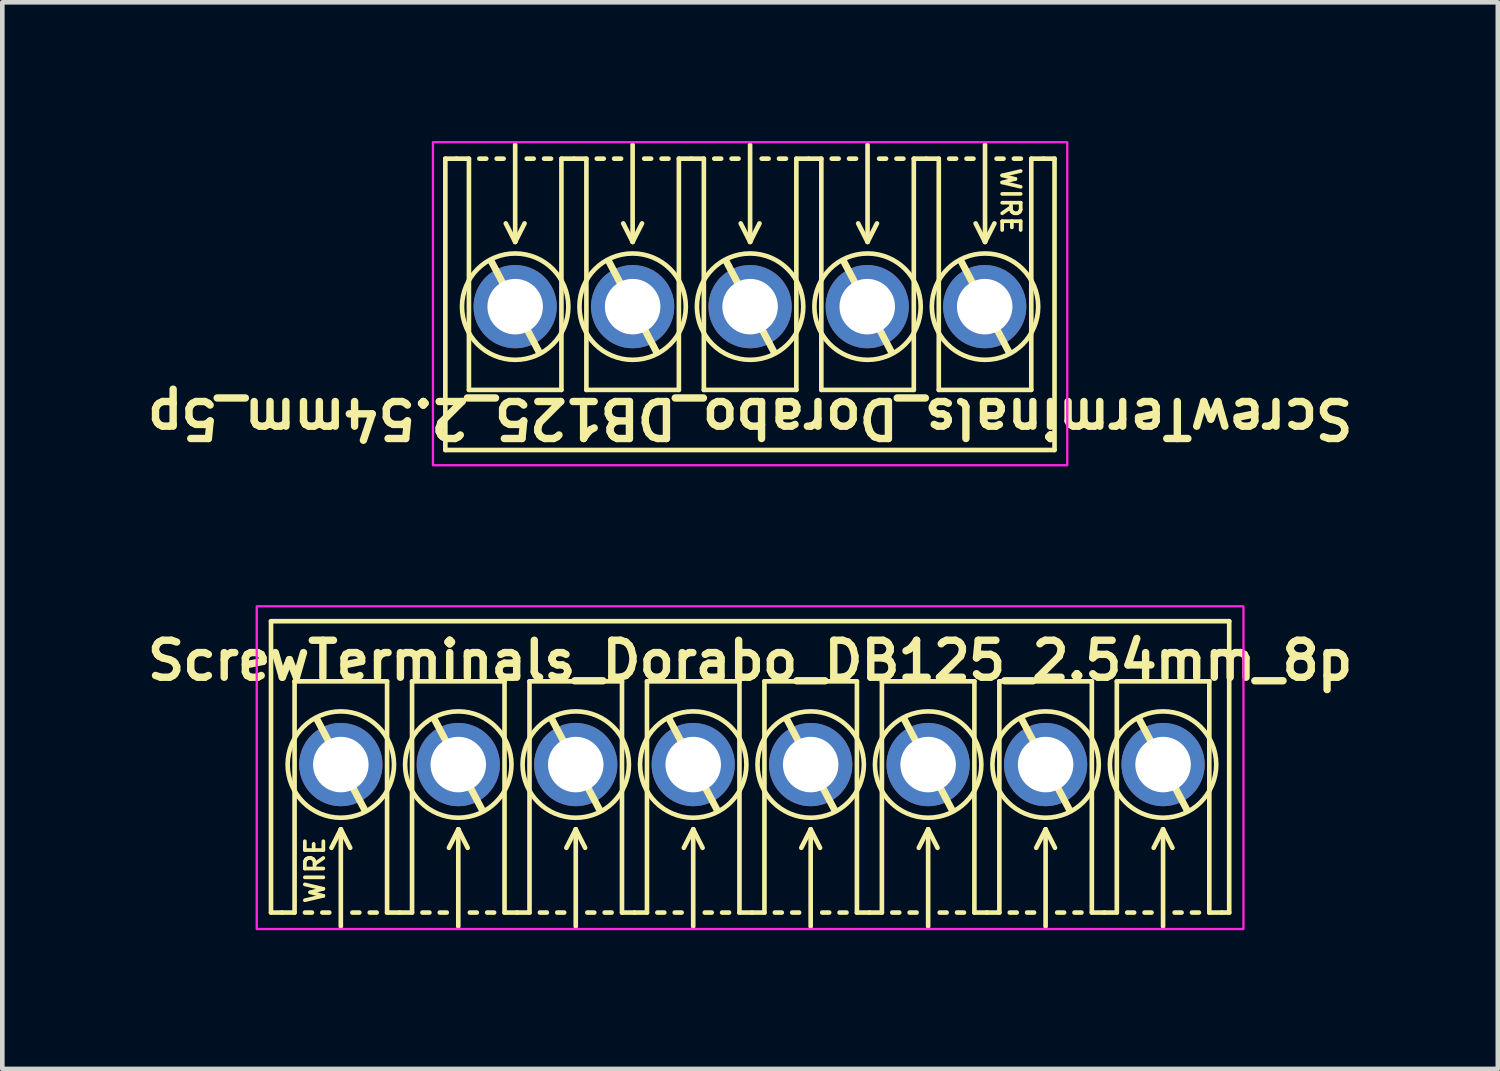
<source format=kicad_pcb>
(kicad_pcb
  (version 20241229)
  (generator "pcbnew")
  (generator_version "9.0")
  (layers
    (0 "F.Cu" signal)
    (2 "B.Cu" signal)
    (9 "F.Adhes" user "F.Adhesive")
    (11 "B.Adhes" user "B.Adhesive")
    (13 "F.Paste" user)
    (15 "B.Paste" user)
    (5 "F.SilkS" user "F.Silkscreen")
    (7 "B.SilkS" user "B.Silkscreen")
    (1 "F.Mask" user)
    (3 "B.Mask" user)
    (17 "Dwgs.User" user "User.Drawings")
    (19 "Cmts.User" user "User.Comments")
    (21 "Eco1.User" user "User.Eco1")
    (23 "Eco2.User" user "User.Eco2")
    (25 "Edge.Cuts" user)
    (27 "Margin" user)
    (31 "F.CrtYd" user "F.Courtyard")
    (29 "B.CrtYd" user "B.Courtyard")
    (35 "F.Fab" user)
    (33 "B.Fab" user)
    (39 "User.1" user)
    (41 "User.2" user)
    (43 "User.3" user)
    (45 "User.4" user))
  (footprint "ScrewTerminals_Dorabo_DB125_2.54mm_5p"
    (layer "F.Cu")
    (at 13.17 3.581)
    (property "Reference" "ScrewTerminals_Dorabo_DB125_2.54mm_5p" (at 0 2.413 180) (unlocked yes) (layer "F.SilkS") (effects (font (size 0.8 0.8) (thickness 0.16) (bold yes))))
    (attr through_hole)
    (fp_line (start -6.59 -3.2) (end -6.59 3.1) (stroke (width 0.1) (type default)) (layer "F.SilkS"))
    (fp_line (start -6.59 -3.2) (end -6.35 -3.2) (stroke (width 0.1) (type default)) (layer "F.SilkS"))
    (fp_line (start -6.08 -3.2) (end -6.35 -3.2) (stroke (width 0.1) (type default)) (layer "F.SilkS"))
    (fp_line (start -6.08 1.8) (end -6.08 -3.2) (stroke (width 0.1) (type solid)) (layer "F.SilkS"))
    (fp_line (start -5.705 -3.2) (end -5.855 -3.2) (stroke (width 0.1) (type default)) (layer "F.SilkS"))
    (fp_line (start -5.33 -3.2) (end -5.48 -3.2) (stroke (width 0.1) (type default)) (layer "F.SilkS"))
    (fp_line (start -5.08 -3.5) (end -5.08 -1.4) (stroke (width 0.1) (type default)) (layer "F.SilkS"))
    (fp_line (start -5.08 -1.4) (end -5.283 -1.8) (stroke (width 0.1) (type default)) (layer "F.SilkS"))
    (fp_line (start -5.08 -1.4) (end -4.877 -1.8) (stroke (width 0.1) (type default)) (layer "F.SilkS"))
    (fp_line (start -4.68 -3.2) (end -4.83 -3.2) (stroke (width 0.1) (type default)) (layer "F.SilkS"))
    (fp_line (start -4.572 0.965) (end -5.588 -0.965) (stroke (width 0.15) (type default)) (layer "F.SilkS"))
    (fp_line (start -4.305 -3.2) (end -4.455 -3.2) (stroke (width 0.1) (type default)) (layer "F.SilkS"))
    (fp_line (start -4.08 -3.2) (end -4.08 1.8) (stroke (width 0.1) (type solid)) (layer "F.SilkS"))
    (fp_line (start -4.08 1.8) (end -6.08 1.8) (stroke (width 0.1) (type solid)) (layer "F.SilkS"))
    (fp_line (start -3.81 -3.2) (end -4.08 -3.2) (stroke (width 0.1) (type default)) (layer "F.SilkS"))
    (fp_line (start -3.54 -3.2) (end -3.81 -3.2) (stroke (width 0.1) (type default)) (layer "F.SilkS"))
    (fp_line (start -3.54 1.8) (end -3.54 -3.2) (stroke (width 0.1) (type solid)) (layer "F.SilkS"))
    (fp_line (start -3.165 -3.2) (end -3.315 -3.2) (stroke (width 0.1) (type default)) (layer "F.SilkS"))
    (fp_line (start -2.79 -3.2) (end -2.94 -3.2) (stroke (width 0.1) (type default)) (layer "F.SilkS"))
    (fp_line (start -2.54 -3.5) (end -2.54 -1.4) (stroke (width 0.1) (type default)) (layer "F.SilkS"))
    (fp_line (start -2.54 -1.4) (end -2.743 -1.8) (stroke (width 0.1) (type default)) (layer "F.SilkS"))
    (fp_line (start -2.54 -1.4) (end -2.337 -1.8) (stroke (width 0.1) (type default)) (layer "F.SilkS"))
    (fp_line (start -2.14 -3.2) (end -2.29 -3.2) (stroke (width 0.1) (type default)) (layer "F.SilkS"))
    (fp_line (start -2.032 0.965) (end -3.048 -0.965) (stroke (width 0.15) (type default)) (layer "F.SilkS"))
    (fp_line (start -1.765 -3.2) (end -1.915 -3.2) (stroke (width 0.1) (type default)) (layer "F.SilkS"))
    (fp_line (start -1.54 -3.2) (end -1.54 1.8) (stroke (width 0.1) (type solid)) (layer "F.SilkS"))
    (fp_line (start -1.54 1.8) (end -3.54 1.8) (stroke (width 0.1) (type solid)) (layer "F.SilkS"))
    (fp_line (start -1.27 -3.2) (end -1.54 -3.2) (stroke (width 0.1) (type default)) (layer "F.SilkS"))
    (fp_line (start -1 -3.2) (end -1.27 -3.2) (stroke (width 0.1) (type default)) (layer "F.SilkS"))
    (fp_line (start -1 1.8) (end -1 -3.2) (stroke (width 0.1) (type solid)) (layer "F.SilkS"))
    (fp_line (start -0.625 -3.2) (end -0.775 -3.2) (stroke (width 0.1) (type default)) (layer "F.SilkS"))
    (fp_line (start -0.25 -3.2) (end -0.4 -3.2) (stroke (width 0.1) (type default)) (layer "F.SilkS"))
    (fp_line (start 0 -3.5) (end 0 -1.4) (stroke (width 0.1) (type default)) (layer "F.SilkS"))
    (fp_line (start 0 -1.4) (end -0.203 -1.8) (stroke (width 0.1) (type default)) (layer "F.SilkS"))
    (fp_line (start 0 -1.4) (end 0.203 -1.8) (stroke (width 0.1) (type default)) (layer "F.SilkS"))
    (fp_line (start 0.4 -3.2) (end 0.25 -3.2) (stroke (width 0.1) (type default)) (layer "F.SilkS"))
    (fp_line (start 0.508 0.965) (end -0.508 -0.965) (stroke (width 0.15) (type default)) (layer "F.SilkS"))
    (fp_line (start 0.775 -3.2) (end 0.625 -3.2) (stroke (width 0.1) (type default)) (layer "F.SilkS"))
    (fp_line (start 1 -3.2) (end 1 1.8) (stroke (width 0.1) (type solid)) (layer "F.SilkS"))
    (fp_line (start 1 1.8) (end -1 1.8) (stroke (width 0.1) (type solid)) (layer "F.SilkS"))
    (fp_line (start 1.27 -3.2) (end 1 -3.2) (stroke (width 0.1) (type default)) (layer "F.SilkS"))
    (fp_line (start 1.54 -3.2) (end 1.27 -3.2) (stroke (width 0.1) (type default)) (layer "F.SilkS"))
    (fp_line (start 1.54 1.8) (end 1.54 -3.2) (stroke (width 0.1) (type solid)) (layer "F.SilkS"))
    (fp_line (start 1.915 -3.2) (end 1.765 -3.2) (stroke (width 0.1) (type default)) (layer "F.SilkS"))
    (fp_line (start 2.29 -3.2) (end 2.14 -3.2) (stroke (width 0.1) (type default)) (layer "F.SilkS"))
    (fp_line (start 2.54 -3.5) (end 2.54 -1.4) (stroke (width 0.1) (type default)) (layer "F.SilkS"))
    (fp_line (start 2.54 -1.4) (end 2.337 -1.8) (stroke (width 0.1) (type default)) (layer "F.SilkS"))
    (fp_line (start 2.54 -1.4) (end 2.743 -1.8) (stroke (width 0.1) (type default)) (layer "F.SilkS"))
    (fp_line (start 2.94 -3.2) (end 2.79 -3.2) (stroke (width 0.1) (type default)) (layer "F.SilkS"))
    (fp_line (start 3.048 0.965) (end 2.032 -0.965) (stroke (width 0.15) (type default)) (layer "F.SilkS"))
    (fp_line (start 3.315 -3.2) (end 3.165 -3.2) (stroke (width 0.1) (type default)) (layer "F.SilkS"))
    (fp_line (start 3.54 -3.2) (end 3.54 1.8) (stroke (width 0.1) (type solid)) (layer "F.SilkS"))
    (fp_line (start 3.54 1.8) (end 1.54 1.8) (stroke (width 0.1) (type solid)) (layer "F.SilkS"))
    (fp_line (start 3.81 -3.2) (end 3.54 -3.2) (stroke (width 0.1) (type default)) (layer "F.SilkS"))
    (fp_line (start 4.08 -3.2) (end 3.81 -3.2) (stroke (width 0.1) (type default)) (layer "F.SilkS"))
    (fp_line (start 4.08 1.8) (end 4.08 -3.2) (stroke (width 0.1) (type solid)) (layer "F.SilkS"))
    (fp_line (start 4.455 -3.2) (end 4.305 -3.2) (stroke (width 0.1) (type default)) (layer "F.SilkS"))
    (fp_line (start 4.83 -3.2) (end 4.68 -3.2) (stroke (width 0.1) (type default)) (layer "F.SilkS"))
    (fp_line (start 5.08 -3.5) (end 5.08 -1.4) (stroke (width 0.1) (type default)) (layer "F.SilkS"))
    (fp_line (start 5.08 -1.4) (end 4.877 -1.8) (stroke (width 0.1) (type default)) (layer "F.SilkS"))
    (fp_line (start 5.08 -1.4) (end 5.283 -1.8) (stroke (width 0.1) (type default)) (layer "F.SilkS"))
    (fp_line (start 5.48 -3.2) (end 5.33 -3.2) (stroke (width 0.1) (type default)) (layer "F.SilkS"))
    (fp_line (start 5.588 0.965) (end 4.572 -0.965) (stroke (width 0.15) (type default)) (layer "F.SilkS"))
    (fp_line (start 5.855 -3.2) (end 5.705 -3.2) (stroke (width 0.1) (type default)) (layer "F.SilkS"))
    (fp_line (start 6.08 -3.2) (end 6.08 1.8) (stroke (width 0.1) (type solid)) (layer "F.SilkS"))
    (fp_line (start 6.08 1.8) (end 4.08 1.8) (stroke (width 0.1) (type solid)) (layer "F.SilkS"))
    (fp_line (start 6.35 -3.2) (end 6.08 -3.2) (stroke (width 0.1) (type default)) (layer "F.SilkS"))
    (fp_line (start 6.583 -3.2) (end 6.343 -3.2) (stroke (width 0.1) (type default)) (layer "F.SilkS"))
    (fp_line (start 6.583 -3.2) (end 6.583 3.1) (stroke (width 0.1) (type default)) (layer "F.SilkS"))
    (fp_line (start 6.583 3.1) (end -6.59 3.1) (stroke (width 0.1) (type default)) (layer "F.SilkS"))
    (fp_circle (center -5.08 0) (end -3.93 0) (stroke (width 0.1) (type default)) (fill no) (layer "F.SilkS"))
    (fp_circle (center -2.54 0) (end -1.39 0) (stroke (width 0.1) (type default)) (fill no) (layer "F.SilkS"))
    (fp_circle (center 0 0) (end 1.15 0) (stroke (width 0.1) (type default)) (fill no) (layer "F.SilkS"))
    (fp_circle (center 2.54 0) (end 3.69 0) (stroke (width 0.1) (type default)) (fill no) (layer "F.SilkS"))
    (fp_circle (center 5.08 0) (end 6.23 0) (stroke (width 0.1) (type default)) (fill no) (layer "F.SilkS"))
    (fp_rect (start -6.858 -3.556) (end 6.858 3.429) (stroke (width 0.05) (type default)) (fill no) (layer "F.CrtYd"))
    (fp_text user "WIRE" (at 5.632 -2.286 270) (unlocked yes) (layer "F.SilkS") (effects (font (size 0.4 0.4) (thickness 0.08) (bold yes))))
    (pad "1" thru_hole circle (at 5.073 0 180) (size 1.8 1.8) (drill 1.2) (layers "*.Cu" "*.Mask"))
    (pad "2" thru_hole circle (at 2.533 0 180) (size 1.8 1.8) (drill 1.2) (layers "*.Cu" "*.Mask"))
    (pad "3" thru_hole circle (at 0 0 180) (size 1.8 1.8) (drill 1.2) (layers "*.Cu" "*.Mask"))
    (pad "4" thru_hole circle (at -2.54 0 180) (size 1.8 1.8) (drill 1.2) (layers "*.Cu" "*.Mask"))
    (pad "5" thru_hole circle (at -5.08 0 180) (size 1.8 1.8) (drill 1.2) (layers "*.Cu" "*.Mask")))
  (footprint "ScrewTerminals_Dorabo_DB125_2.54mm_8p"
    (layer "F.Cu")
    (at 13.17 13.483)
    (property "Reference" "ScrewTerminals_Dorabo_DB125_2.54mm_8p" (at 0 -2.25 0) (unlocked yes) (layer "F.SilkS") (effects (font (size 0.8 0.8) (thickness 0.16) (bold yes))))
    (attr through_hole)
    (fp_line (start -10.36 -3.1) (end 10.36 -3.1) (stroke (width 0.1) (type default)) (layer "F.SilkS"))
    (fp_line (start -10.36 3.2) (end -10.36 -3.1) (stroke (width 0.1) (type default)) (layer "F.SilkS"))
    (fp_line (start -10.36 3.2) (end -10.12 3.2) (stroke (width 0.1) (type default)) (layer "F.SilkS"))
    (fp_line (start -10.12 3.2) (end -9.85 3.2) (stroke (width 0.1) (type default)) (layer "F.SilkS"))
    (fp_line (start -9.85 -1.8) (end -7.85 -1.8) (stroke (width 0.1) (type solid)) (layer "F.SilkS"))
    (fp_line (start -9.85 3.2) (end -9.85 -1.8) (stroke (width 0.1) (type solid)) (layer "F.SilkS"))
    (fp_line (start -9.625 3.2) (end -9.475 3.2) (stroke (width 0.1) (type default)) (layer "F.SilkS"))
    (fp_line (start -9.358 -0.965) (end -8.342 0.965) (stroke (width 0.15) (type default)) (layer "F.SilkS"))
    (fp_line (start -9.25 3.2) (end -9.1 3.2) (stroke (width 0.1) (type default)) (layer "F.SilkS"))
    (fp_line (start -8.85 1.4) (end -9.053 1.8) (stroke (width 0.1) (type default)) (layer "F.SilkS"))
    (fp_line (start -8.85 1.4) (end -8.647 1.8) (stroke (width 0.1) (type default)) (layer "F.SilkS"))
    (fp_line (start -8.85 3.5) (end -8.85 1.4) (stroke (width 0.1) (type default)) (layer "F.SilkS"))
    (fp_line (start -8.6 3.2) (end -8.45 3.2) (stroke (width 0.1) (type default)) (layer "F.SilkS"))
    (fp_line (start -8.225 3.2) (end -8.075 3.2) (stroke (width 0.1) (type default)) (layer "F.SilkS"))
    (fp_line (start -7.85 -1.8) (end -7.85 3.2) (stroke (width 0.1) (type solid)) (layer "F.SilkS"))
    (fp_line (start -7.85 3.2) (end -7.58 3.2) (stroke (width 0.1) (type default)) (layer "F.SilkS"))
    (fp_line (start -7.58 3.2) (end -7.31 3.2) (stroke (width 0.1) (type default)) (layer "F.SilkS"))
    (fp_line (start -7.31 -1.8) (end -5.31 -1.8) (stroke (width 0.1) (type solid)) (layer "F.SilkS"))
    (fp_line (start -7.31 3.2) (end -7.31 -1.8) (stroke (width 0.1) (type solid)) (layer "F.SilkS"))
    (fp_line (start -7.085 3.2) (end -6.935 3.2) (stroke (width 0.1) (type default)) (layer "F.SilkS"))
    (fp_line (start -6.818 -0.965) (end -5.802 0.965) (stroke (width 0.15) (type default)) (layer "F.SilkS"))
    (fp_line (start -6.71 3.2) (end -6.56 3.2) (stroke (width 0.1) (type default)) (layer "F.SilkS"))
    (fp_line (start -6.31 1.4) (end -6.513 1.8) (stroke (width 0.1) (type default)) (layer "F.SilkS"))
    (fp_line (start -6.31 1.4) (end -6.107 1.8) (stroke (width 0.1) (type default)) (layer "F.SilkS"))
    (fp_line (start -6.31 3.5) (end -6.31 1.4) (stroke (width 0.1) (type default)) (layer "F.SilkS"))
    (fp_line (start -6.06 3.2) (end -5.91 3.2) (stroke (width 0.1) (type default)) (layer "F.SilkS"))
    (fp_line (start -5.685 3.2) (end -5.535 3.2) (stroke (width 0.1) (type default)) (layer "F.SilkS"))
    (fp_line (start -5.31 -1.8) (end -5.31 3.2) (stroke (width 0.1) (type solid)) (layer "F.SilkS"))
    (fp_line (start -5.31 3.2) (end -5.04 3.2) (stroke (width 0.1) (type default)) (layer "F.SilkS"))
    (fp_line (start -5.04 3.2) (end -4.77 3.2) (stroke (width 0.1) (type default)) (layer "F.SilkS"))
    (fp_line (start -4.77 -1.8) (end -2.77 -1.8) (stroke (width 0.1) (type solid)) (layer "F.SilkS"))
    (fp_line (start -4.77 3.2) (end -4.77 -1.8) (stroke (width 0.1) (type solid)) (layer "F.SilkS"))
    (fp_line (start -4.545 3.2) (end -4.395 3.2) (stroke (width 0.1) (type default)) (layer "F.SilkS"))
    (fp_line (start -4.278 -0.965) (end -3.262 0.965) (stroke (width 0.15) (type default)) (layer "F.SilkS"))
    (fp_line (start -4.17 3.2) (end -4.02 3.2) (stroke (width 0.1) (type default)) (layer "F.SilkS"))
    (fp_line (start -3.77 1.4) (end -3.973 1.8) (stroke (width 0.1) (type default)) (layer "F.SilkS"))
    (fp_line (start -3.77 1.4) (end -3.567 1.8) (stroke (width 0.1) (type default)) (layer "F.SilkS"))
    (fp_line (start -3.77 3.5) (end -3.77 1.4) (stroke (width 0.1) (type default)) (layer "F.SilkS"))
    (fp_line (start -3.52 3.2) (end -3.37 3.2) (stroke (width 0.1) (type default)) (layer "F.SilkS"))
    (fp_line (start -3.145 3.2) (end -2.995 3.2) (stroke (width 0.1) (type default)) (layer "F.SilkS"))
    (fp_line (start -2.77 -1.8) (end -2.77 3.2) (stroke (width 0.1) (type solid)) (layer "F.SilkS"))
    (fp_line (start -2.77 3.2) (end -2.5 3.2) (stroke (width 0.1) (type default)) (layer "F.SilkS"))
    (fp_line (start -2.5 3.2) (end -2.23 3.2) (stroke (width 0.1) (type default)) (layer "F.SilkS"))
    (fp_line (start -2.23 -1.8) (end -0.23 -1.8) (stroke (width 0.1) (type solid)) (layer "F.SilkS"))
    (fp_line (start -2.23 3.2) (end -2.23 -1.8) (stroke (width 0.1) (type solid)) (layer "F.SilkS"))
    (fp_line (start -2.005 3.2) (end -1.855 3.2) (stroke (width 0.1) (type default)) (layer "F.SilkS"))
    (fp_line (start -1.738 -0.965) (end -0.722 0.965) (stroke (width 0.15) (type default)) (layer "F.SilkS"))
    (fp_line (start -1.63 3.2) (end -1.48 3.2) (stroke (width 0.1) (type default)) (layer "F.SilkS"))
    (fp_line (start -1.23 1.4) (end -1.433 1.8) (stroke (width 0.1) (type default)) (layer "F.SilkS"))
    (fp_line (start -1.23 1.4) (end -1.027 1.8) (stroke (width 0.1) (type default)) (layer "F.SilkS"))
    (fp_line (start -1.23 3.5) (end -1.23 1.4) (stroke (width 0.1) (type default)) (layer "F.SilkS"))
    (fp_line (start -0.98 3.2) (end -0.83 3.2) (stroke (width 0.1) (type default)) (layer "F.SilkS"))
    (fp_line (start -0.605 3.2) (end -0.455 3.2) (stroke (width 0.1) (type default)) (layer "F.SilkS"))
    (fp_line (start -0.23 -1.8) (end -0.23 3.2) (stroke (width 0.1) (type solid)) (layer "F.SilkS"))
    (fp_line (start -0.23 3.2) (end 0.04 3.2) (stroke (width 0.1) (type default)) (layer "F.SilkS"))
    (fp_line (start 0.04 3.2) (end 0.31 3.2) (stroke (width 0.1) (type default)) (layer "F.SilkS"))
    (fp_line (start 0.31 -1.8) (end 2.31 -1.8) (stroke (width 0.1) (type solid)) (layer "F.SilkS"))
    (fp_line (start 0.31 3.2) (end 0.31 -1.8) (stroke (width 0.1) (type solid)) (layer "F.SilkS"))
    (fp_line (start 0.535 3.2) (end 0.685 3.2) (stroke (width 0.1) (type default)) (layer "F.SilkS"))
    (fp_line (start 0.802 -0.965) (end 1.818 0.965) (stroke (width 0.15) (type default)) (layer "F.SilkS"))
    (fp_line (start 0.91 3.2) (end 1.06 3.2) (stroke (width 0.1) (type default)) (layer "F.SilkS"))
    (fp_line (start 1.31 1.4) (end 1.107 1.8) (stroke (width 0.1) (type default)) (layer "F.SilkS"))
    (fp_line (start 1.31 1.4) (end 1.513 1.8) (stroke (width 0.1) (type default)) (layer "F.SilkS"))
    (fp_line (start 1.31 3.5) (end 1.31 1.4) (stroke (width 0.1) (type default)) (layer "F.SilkS"))
    (fp_line (start 1.56 3.2) (end 1.71 3.2) (stroke (width 0.1) (type default)) (layer "F.SilkS"))
    (fp_line (start 1.935 3.2) (end 2.085 3.2) (stroke (width 0.1) (type default)) (layer "F.SilkS"))
    (fp_line (start 2.31 -1.8) (end 2.31 3.2) (stroke (width 0.1) (type solid)) (layer "F.SilkS"))
    (fp_line (start 2.31 3.2) (end 2.58 3.2) (stroke (width 0.1) (type default)) (layer "F.SilkS"))
    (fp_line (start 2.58 3.2) (end 2.85 3.2) (stroke (width 0.1) (type default)) (layer "F.SilkS"))
    (fp_line (start 2.85 -1.8) (end 4.85 -1.8) (stroke (width 0.1) (type solid)) (layer "F.SilkS"))
    (fp_line (start 2.85 3.2) (end 2.85 -1.8) (stroke (width 0.1) (type solid)) (layer "F.SilkS"))
    (fp_line (start 3.075 3.2) (end 3.225 3.2) (stroke (width 0.1) (type default)) (layer "F.SilkS"))
    (fp_line (start 3.342 -0.965) (end 4.358 0.965) (stroke (width 0.15) (type default)) (layer "F.SilkS"))
    (fp_line (start 3.45 3.2) (end 3.6 3.2) (stroke (width 0.1) (type default)) (layer "F.SilkS"))
    (fp_line (start 3.85 1.4) (end 3.647 1.8) (stroke (width 0.1) (type default)) (layer "F.SilkS"))
    (fp_line (start 3.85 1.4) (end 4.053 1.8) (stroke (width 0.1) (type default)) (layer "F.SilkS"))
    (fp_line (start 3.85 3.5) (end 3.85 1.4) (stroke (width 0.1) (type default)) (layer "F.SilkS"))
    (fp_line (start 4.1 3.2) (end 4.25 3.2) (stroke (width 0.1) (type default)) (layer "F.SilkS"))
    (fp_line (start 4.475 3.2) (end 4.625 3.2) (stroke (width 0.1) (type default)) (layer "F.SilkS"))
    (fp_line (start 4.85 -1.8) (end 4.85 3.2) (stroke (width 0.1) (type solid)) (layer "F.SilkS"))
    (fp_line (start 4.85 3.2) (end 5.12 3.2) (stroke (width 0.1) (type default)) (layer "F.SilkS"))
    (fp_line (start 5.12 3.2) (end 5.39 3.2) (stroke (width 0.1) (type default)) (layer "F.SilkS"))
    (fp_line (start 5.39 -1.8) (end 7.39 -1.8) (stroke (width 0.1) (type solid)) (layer "F.SilkS"))
    (fp_line (start 5.39 3.2) (end 5.39 -1.8) (stroke (width 0.1) (type solid)) (layer "F.SilkS"))
    (fp_line (start 5.615 3.2) (end 5.765 3.2) (stroke (width 0.1) (type default)) (layer "F.SilkS"))
    (fp_line (start 5.882 -0.965) (end 6.898 0.965) (stroke (width 0.15) (type default)) (layer "F.SilkS"))
    (fp_line (start 5.99 3.2) (end 6.14 3.2) (stroke (width 0.1) (type default)) (layer "F.SilkS"))
    (fp_line (start 6.39 1.4) (end 6.187 1.8) (stroke (width 0.1) (type default)) (layer "F.SilkS"))
    (fp_line (start 6.39 1.4) (end 6.593 1.8) (stroke (width 0.1) (type default)) (layer "F.SilkS"))
    (fp_line (start 6.39 3.5) (end 6.39 1.4) (stroke (width 0.1) (type default)) (layer "F.SilkS"))
    (fp_line (start 6.64 3.2) (end 6.79 3.2) (stroke (width 0.1) (type default)) (layer "F.SilkS"))
    (fp_line (start 7.015 3.2) (end 7.165 3.2) (stroke (width 0.1) (type default)) (layer "F.SilkS"))
    (fp_line (start 7.39 -1.8) (end 7.39 3.2) (stroke (width 0.1) (type solid)) (layer "F.SilkS"))
    (fp_line (start 7.39 3.2) (end 7.66 3.2) (stroke (width 0.1) (type default)) (layer "F.SilkS"))
    (fp_line (start 7.66 3.2) (end 7.93 3.2) (stroke (width 0.1) (type default)) (layer "F.SilkS"))
    (fp_line (start 7.93 -1.8) (end 9.93 -1.8) (stroke (width 0.1) (type solid)) (layer "F.SilkS"))
    (fp_line (start 7.93 3.2) (end 7.93 -1.8) (stroke (width 0.1) (type solid)) (layer "F.SilkS"))
    (fp_line (start 8.155 3.2) (end 8.305 3.2) (stroke (width 0.1) (type default)) (layer "F.SilkS"))
    (fp_line (start 8.422 -0.965) (end 9.438 0.965) (stroke (width 0.15) (type default)) (layer "F.SilkS"))
    (fp_line (start 8.53 3.2) (end 8.68 3.2) (stroke (width 0.1) (type default)) (layer "F.SilkS"))
    (fp_line (start 8.93 1.4) (end 8.727 1.8) (stroke (width 0.1) (type default)) (layer "F.SilkS"))
    (fp_line (start 8.93 1.4) (end 9.133 1.8) (stroke (width 0.1) (type default)) (layer "F.SilkS"))
    (fp_line (start 8.93 3.5) (end 8.93 1.4) (stroke (width 0.1) (type default)) (layer "F.SilkS"))
    (fp_line (start 9.18 3.2) (end 9.33 3.2) (stroke (width 0.1) (type default)) (layer "F.SilkS"))
    (fp_line (start 9.555 3.2) (end 9.705 3.2) (stroke (width 0.1) (type default)) (layer "F.SilkS"))
    (fp_line (start 9.93 -1.8) (end 9.93 3.2) (stroke (width 0.1) (type solid)) (layer "F.SilkS"))
    (fp_line (start 9.93 3.2) (end 10.2 3.2) (stroke (width 0.1) (type default)) (layer "F.SilkS"))
    (fp_line (start 10.36 3.2) (end 10.2 3.2) (stroke (width 0.1) (type default)) (layer "F.SilkS"))
    (fp_line (start 10.36 3.2) (end 10.36 -3.1) (stroke (width 0.1) (type solid)) (layer "F.SilkS"))
    (fp_circle (center -8.85 0) (end -10 0) (stroke (width 0.1) (type default)) (fill no) (layer "F.SilkS"))
    (fp_circle (center -6.31 0) (end -7.46 0) (stroke (width 0.1) (type default)) (fill no) (layer "F.SilkS"))
    (fp_circle (center -3.77 0) (end -4.92 0) (stroke (width 0.1) (type default)) (fill no) (layer "F.SilkS"))
    (fp_circle (center -1.23 0) (end -2.38 0) (stroke (width 0.1) (type default)) (fill no) (layer "F.SilkS"))
    (fp_circle (center 1.31 0) (end 0.16 0) (stroke (width 0.1) (type default)) (fill no) (layer "F.SilkS"))
    (fp_circle (center 3.85 0) (end 2.7 0) (stroke (width 0.1) (type default)) (fill no) (layer "F.SilkS"))
    (fp_circle (center 6.39 0) (end 5.24 0) (stroke (width 0.1) (type default)) (fill no) (layer "F.SilkS"))
    (fp_circle (center 8.93 0) (end 7.78 0) (stroke (width 0.1) (type default)) (fill no) (layer "F.SilkS"))
    (fp_rect (start -10.668 -3.423) (end 10.668 3.556) (stroke (width 0.05) (type default)) (fill no) (layer "F.CrtYd"))
    (fp_text user "WIRE" (at -9.409 2.286 90) (unlocked yes) (layer "F.SilkS") (effects (font (size 0.4 0.4) (thickness 0.08) (bold yes))))
    (pad "1" thru_hole circle (at -8.85 0) (size 1.8 1.8) (drill 1.2) (layers "*.Cu" "*.Mask"))
    (pad "2" thru_hole circle (at -6.31 0) (size 1.8 1.8) (drill 1.2) (layers "*.Cu" "*.Mask"))
    (pad "3" thru_hole circle (at -3.77 0) (size 1.8 1.8) (drill 1.2) (layers "*.Cu" "*.Mask"))
    (pad "4" thru_hole circle (at -1.23 0) (size 1.8 1.8) (drill 1.2) (layers "*.Cu" "*.Mask"))
    (pad "5" thru_hole circle (at 1.31 0) (size 1.8 1.8) (drill 1.2) (layers "*.Cu" "*.Mask"))
    (pad "6" thru_hole circle (at 3.85 0) (size 1.8 1.8) (drill 1.2) (layers "*.Cu" "*.Mask"))
    (pad "7" thru_hole circle (at 6.39 0) (size 1.8 1.8) (drill 1.2) (layers "*.Cu" "*.Mask"))
    (pad "8" thru_hole circle (at 8.93 0) (size 1.8 1.8) (drill 1.2) (layers "*.Cu" "*.Mask")))
  (gr_rect
    (start -3 -3)
    (end 29.339 20.064)
    (stroke (width 0.1) (type default))
    (fill no)
    (layer "Edge.Cuts")))
</source>
